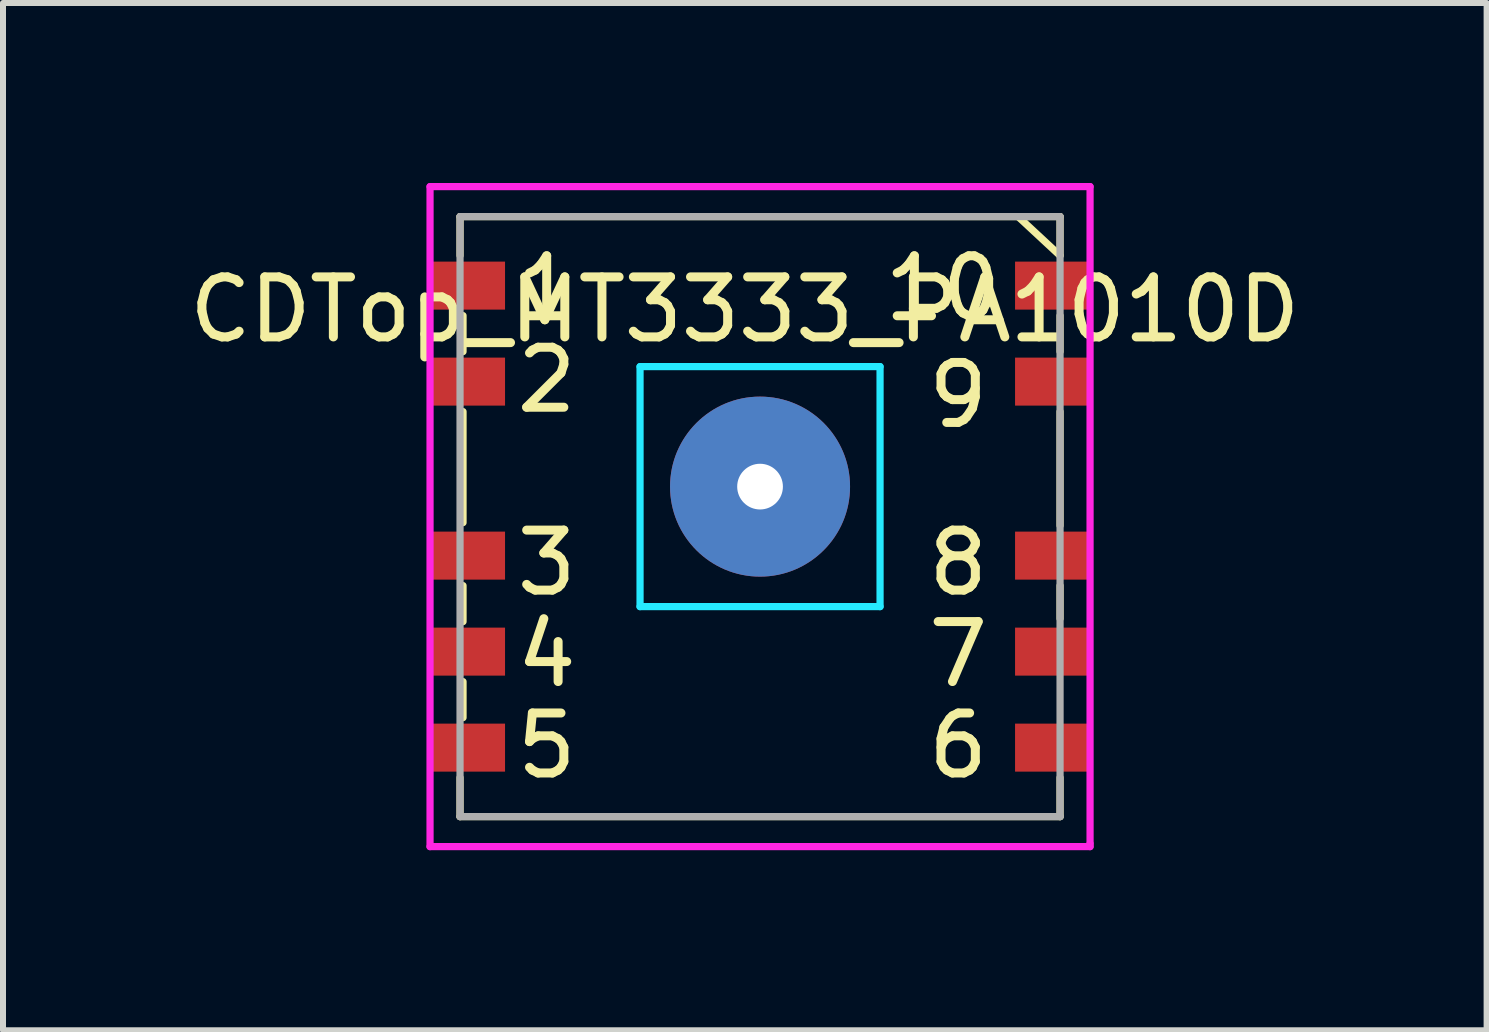
<source format=kicad_pcb>
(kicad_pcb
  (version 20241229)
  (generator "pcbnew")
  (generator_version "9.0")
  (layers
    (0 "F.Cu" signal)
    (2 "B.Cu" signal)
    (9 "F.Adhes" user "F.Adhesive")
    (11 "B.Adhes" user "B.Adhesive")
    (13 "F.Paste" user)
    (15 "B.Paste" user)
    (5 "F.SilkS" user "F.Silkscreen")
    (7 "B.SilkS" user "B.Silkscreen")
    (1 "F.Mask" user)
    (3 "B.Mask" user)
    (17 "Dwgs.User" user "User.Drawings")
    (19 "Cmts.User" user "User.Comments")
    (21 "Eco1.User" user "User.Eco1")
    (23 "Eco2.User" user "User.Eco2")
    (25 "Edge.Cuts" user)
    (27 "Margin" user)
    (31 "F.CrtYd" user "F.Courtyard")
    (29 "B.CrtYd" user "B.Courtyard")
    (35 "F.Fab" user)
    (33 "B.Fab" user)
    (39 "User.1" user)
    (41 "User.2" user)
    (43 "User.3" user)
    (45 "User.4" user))
  (footprint "CDTop_MT3333_PA1010D"
    (layer "F.Cu")
    (at 9.617 5.06)
    (property "Reference" "CDTop_MT3333_PA1010D" (at -0.254 -2.95 0) (layer "F.SilkS") (effects (font (size 1 1) (thickness 0.15))))
    (attr through_hole)
    (fp_line (start -5 -4.5) (end -5 -3.85) (stroke (width 0.12) (type solid)) (layer "F.SilkS"))
    (fp_line (start -5 -4.5) (end 5 -4.5) (stroke (width 0.12) (type solid)) (layer "F.SilkS"))
    (fp_line (start -5 5.5) (end -5 4.85) (stroke (width 0.12) (type solid)) (layer "F.SilkS"))
    (fp_line (start -5 5.5) (end 5 5.5) (stroke (width 0.12) (type solid)) (layer "F.SilkS"))
    (fp_line (start -4.95 -2.85) (end -4.95 -2.25) (stroke (width 0.12) (type solid)) (layer "F.SilkS"))
    (fp_line (start -4.95 -1.25) (end -4.95 0.6) (stroke (width 0.12) (type solid)) (layer "F.SilkS"))
    (fp_line (start -4.95 1.65) (end -4.95 2.25) (stroke (width 0.12) (type solid)) (layer "F.SilkS"))
    (fp_line (start -4.95 3.25) (end -4.95 3.85) (stroke (width 0.12) (type solid)) (layer "F.SilkS"))
    (fp_line (start 4.3 -4.5) (end 5 -3.85) (stroke (width 0.12) (type solid)) (layer "F.SilkS"))
    (fp_line (start 5 -4.5) (end 5 -3.85) (stroke (width 0.12) (type solid)) (layer "F.SilkS"))
    (fp_line (start 5 -2.85) (end 5 -2.25) (stroke (width 0.12) (type solid)) (layer "F.SilkS"))
    (fp_line (start 5 -1.25) (end 5 0.65) (stroke (width 0.12) (type solid)) (layer "F.SilkS"))
    (fp_line (start 5 1.65) (end 5 2.2) (stroke (width 0.12) (type solid)) (layer "F.SilkS"))
    (fp_line (start 5 5.5) (end 5 4.85) (stroke (width 0.12) (type solid)) (layer "F.SilkS"))
    (fp_line (start -2 -2) (end 2 -2) (stroke (width 0.12) (type solid)) (layer "B.CrtYd"))
    (fp_line (start -2 2) (end -2 -2) (stroke (width 0.12) (type solid)) (layer "B.CrtYd"))
    (fp_line (start 2 -2) (end 2 2) (stroke (width 0.12) (type solid)) (layer "B.CrtYd"))
    (fp_line (start 2 2) (end -2 2) (stroke (width 0.12) (type solid)) (layer "B.CrtYd"))
    (fp_line (start -5.5 -5) (end 5.5 -5) (stroke (width 0.12) (type solid)) (layer "F.CrtYd"))
    (fp_line (start -5.5 6) (end -5.5 -5) (stroke (width 0.12) (type solid)) (layer "F.CrtYd"))
    (fp_line (start 5.5 -5) (end 5.5 5.95) (stroke (width 0.12) (type solid)) (layer "F.CrtYd"))
    (fp_line (start 5.5 5.95) (end 5.5 6) (stroke (width 0.12) (type solid)) (layer "F.CrtYd"))
    (fp_line (start 5.5 6) (end -5.5 6) (stroke (width 0.12) (type solid)) (layer "F.CrtYd"))
    (fp_line (start -5 -4.5) (end 5 -4.5) (stroke (width 0.12) (type solid)) (layer "F.Fab"))
    (fp_line (start -5 5.5) (end -5 -4.5) (stroke (width 0.12) (type solid)) (layer "F.Fab"))
    (fp_line (start 5 -4.5) (end 5 5.5) (stroke (width 0.12) (type solid)) (layer "F.Fab"))
    (fp_line (start 5 5.5) (end -5 5.5) (stroke (width 0.12) (type solid)) (layer "F.Fab"))
    (fp_text user "10" (at 3.048 -3.302 0) (layer "F.SilkS") (effects (font (size 1 1) (thickness 0.15))))
    (fp_text user "5" (at -3.556 4.318 0) (layer "F.SilkS") (effects (font (size 1 1) (thickness 0.15))))
    (fp_text user "4" (at -3.556 2.794 0) (layer "F.SilkS") (effects (font (size 1 1) (thickness 0.15))))
    (fp_text user "6" (at 3.302 4.318 0) (layer "F.SilkS") (effects (font (size 1 1) (thickness 0.15))))
    (fp_text user "8" (at 3.302 1.27 0) (layer "F.SilkS") (effects (font (size 1 1) (thickness 0.15))))
    (fp_text user "1" (at -3.556 -3.302 0) (layer "F.SilkS") (effects (font (size 1 1) (thickness 0.15))))
    (fp_text user "9" (at 3.302 -1.524 0) (layer "F.SilkS") (effects (font (size 1 1) (thickness 0.15))))
    (fp_text user "2" (at -3.556 -1.778 0) (layer "F.SilkS") (effects (font (size 1 1) (thickness 0.15))))
    (fp_text user "7" (at 3.302 2.794 0) (layer "F.SilkS") (effects (font (size 1 1) (thickness 0.15))))
    (fp_text user "3" (at -3.556 1.27 0) (layer "F.SilkS") (effects (font (size 1 1) (thickness 0.15))))
    (pad "" np_thru_hole circle (at 0 0) (size 3 3) (drill 0.762) (layers "*.Cu" "*.Mask"))
    (pad "1" smd rect (at -4.85 -3.35) (size 1.2 0.8) (layers "F.Cu" "F.Mask" "F.Paste"))
    (pad "2" smd rect (at -4.85 -1.75) (size 1.2 0.8) (layers "F.Cu" "F.Mask" "F.Paste"))
    (pad "3" smd rect (at -4.85 1.15) (size 1.2 0.8) (layers "F.Cu" "F.Mask" "F.Paste"))
    (pad "4" smd rect (at -4.85 2.75) (size 1.2 0.8) (layers "F.Cu" "F.Mask" "F.Paste"))
    (pad "5" smd rect (at -4.85 4.35) (size 1.2 0.8) (layers "F.Cu" "F.Mask" "F.Paste"))
    (pad "6" smd rect (at 4.85 4.35) (size 1.2 0.8) (layers "F.Cu" "F.Mask" "F.Paste"))
    (pad "7" smd rect (at 4.85 2.75) (size 1.2 0.8) (layers "F.Cu" "F.Mask" "F.Paste"))
    (pad "8" smd rect (at 4.85 1.15) (size 1.2 0.8) (layers "F.Cu" "F.Mask" "F.Paste"))
    (pad "9" smd rect (at 4.85 -1.75) (size 1.2 0.8) (layers "F.Cu" "F.Mask" "F.Paste"))
    (pad "10" smd rect (at 4.85 -3.35) (size 1.2 0.8) (layers "F.Cu" "F.Mask" "F.Paste")))
  (gr_rect
    (start -3 -3)
    (end 21.726 14.12)
    (stroke (width 0.1) (type default))
    (fill no)
    (layer "Edge.Cuts")))
</source>
